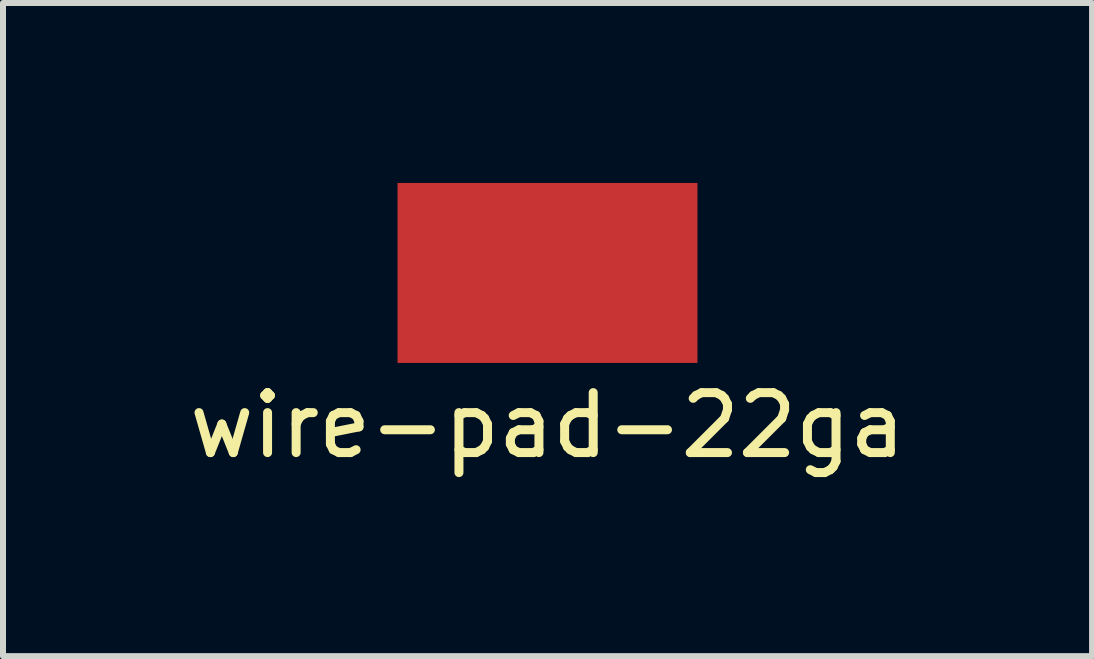
<source format=kicad_pcb>
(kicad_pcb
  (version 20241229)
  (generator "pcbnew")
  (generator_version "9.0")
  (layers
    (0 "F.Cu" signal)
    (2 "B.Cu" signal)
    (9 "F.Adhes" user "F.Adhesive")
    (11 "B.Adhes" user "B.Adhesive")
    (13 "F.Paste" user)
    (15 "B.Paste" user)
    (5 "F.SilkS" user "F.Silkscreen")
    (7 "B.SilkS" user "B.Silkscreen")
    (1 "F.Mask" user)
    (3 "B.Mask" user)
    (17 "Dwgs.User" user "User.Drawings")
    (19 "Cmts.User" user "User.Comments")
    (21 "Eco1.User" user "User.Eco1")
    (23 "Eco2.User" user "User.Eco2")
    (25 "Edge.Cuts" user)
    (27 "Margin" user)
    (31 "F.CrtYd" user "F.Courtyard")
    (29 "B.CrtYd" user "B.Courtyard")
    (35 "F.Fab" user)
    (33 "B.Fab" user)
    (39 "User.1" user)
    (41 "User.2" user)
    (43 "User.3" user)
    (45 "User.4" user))
  (footprint "wire-pad-22ga"
    (layer "F.Cu")
    (at 6.077 1.5)
    (property "Reference" "wire-pad-22ga" (at 0 2.54 0) (layer "F.SilkS") (effects (font (size 1 1) (thickness 0.15))))
    (attr through_hole)
    (pad "2" smd rect (at 0 0) (size 5 3) (layers "F.Cu" "F.Mask" "F.Paste")))
  (gr_rect
    (start -3 -3)
    (end 15.155 7.888)
    (stroke (width 0.1) (type default))
    (fill no)
    (layer "Edge.Cuts")))
</source>
